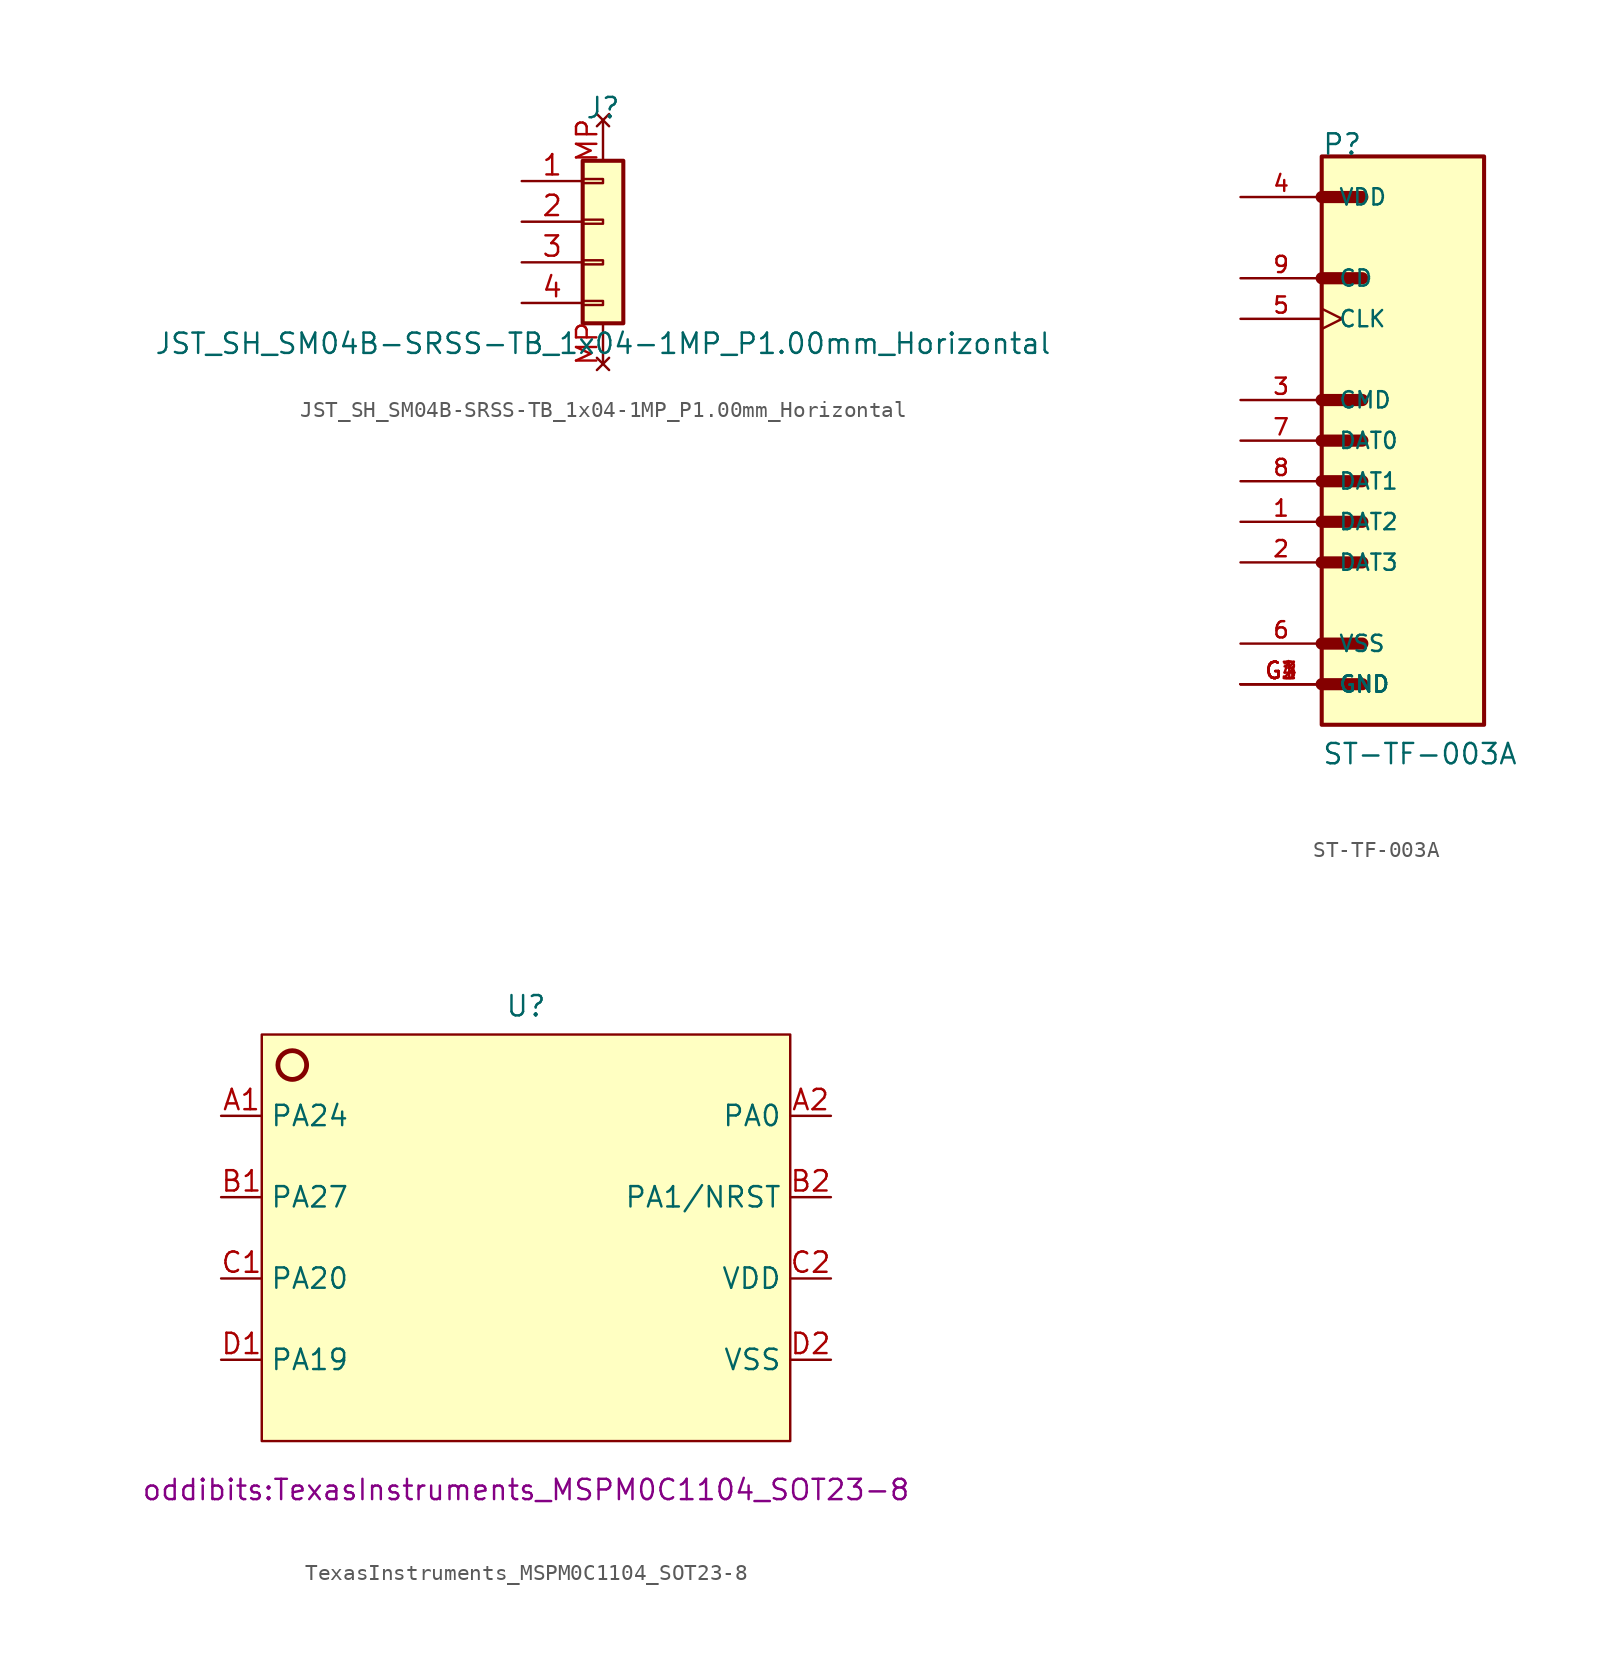
<source format=kicad_sym>
(kicad_symbol_lib
  (version 20241209)
  (generator "kicad_symbol_editor")
  (generator_version "9.0")
  (symbol "JST_SH_SM04B-SRSS-TB_1x04-1MP_P1.00mm_Horizontal"
    (pin_names
      (offset 1.016)
      (hide yes))
    (property "Reference" "J"
      (at 0 7.112 0)
      (effects (font (size 1.27 1.27))))
    (property "Value" "JST_SH_SM04B-SRSS-TB_1x04-1MP_P1.00mm_Horizontal"
      (at 0 -7.62 0)
      (effects (font (size 1.27 1.27))))
    (symbol "JST_SH_SM04B-SRSS-TB_1x04-1MP_P1.00mm_Horizontal_1_1"
      (rectangle (start -1.27 3.81) (end 1.27 -6.35) (stroke (width 0.254) (type default)) (fill (type background)))
      (rectangle (start -1.27 2.667) (end 0 2.413) (stroke (width 0.152) (type default)) (fill (type none)))
      (rectangle (start -1.27 0.127) (end 0 -0.127) (stroke (width 0.152) (type default)) (fill (type none)))
      (rectangle (start -1.27 -2.413) (end 0 -2.667) (stroke (width 0.152) (type default)) (fill (type none)))
      (rectangle (start -1.27 -4.953) (end 0 -5.207) (stroke (width 0.152) (type default)) (fill (type none)))
      (pin passive line (at -5.08 2.54 0) (length 3.81) (name "Pin_1" (effects (font (size 1.27 1.27)))) (number "1" (effects (font (size 1.27 1.27)))))
      (pin passive line (at -5.08 0 0) (length 3.81) (name "Pin_2" (effects (font (size 1.27 1.27)))) (number "2" (effects (font (size 1.27 1.27)))))
      (pin passive line (at -5.08 -2.54 0) (length 3.81) (name "Pin_3" (effects (font (size 1.27 1.27)))) (number "3" (effects (font (size 1.27 1.27)))))
      (pin passive line (at -5.08 -5.08 0) (length 3.81) (name "Pin_4" (effects (font (size 1.27 1.27)))) (number "4" (effects (font (size 1.27 1.27)))))
      (pin no_connect line (at 0 6.35 270) (length 2.54) (name "MP" (effects (font (size 1.27 1.27)))) (number "MP" (effects (font (size 1.27 1.27)))))
      (pin no_connect line (at 0 -8.89 90) (length 2.54) (name "MP" (effects (font (size 1.27 1.27)))) (number "MP" (effects (font (size 1.27 1.27)))))))
  (symbol "ST-TF-003A"
    (pin_names
      (offset 1.016))
    (property "Reference" "P"
      (at 0 17.794 0)
      (effects (font (size 1.27 1.27)) (justify left bottom)))
    (property "Value" "ST-TF-003A"
      (at 0 -20.349 0)
      (effects (font (size 1.27 1.27)) (justify left bottom)))
    (symbol "ST-TF-003A_0_0"
      (rectangle (start 0 17.78) (end 10.16 -17.78) (stroke (width 0.254) (type default)) (fill (type background)))
      (polyline (pts (xy 0 15.24) (xy 2.54 15.24)) (stroke (width 0.762) (type default)) (fill (type none)))
      (polyline (pts (xy 0 10.16) (xy 2.54 10.16)) (stroke (width 0.762) (type default)) (fill (type none)))
      (polyline (pts (xy 0 2.54) (xy 2.54 2.54)) (stroke (width 0.762) (type default)) (fill (type none)))
      (polyline (pts (xy 0 0) (xy 2.54 0)) (stroke (width 0.762) (type default)) (fill (type none)))
      (polyline (pts (xy 0 -2.54) (xy 2.54 -2.54)) (stroke (width 0.762) (type default)) (fill (type none)))
      (polyline (pts (xy 0 -5.08) (xy 2.54 -5.08)) (stroke (width 0.762) (type default)) (fill (type none)))
      (polyline (pts (xy 0 -7.62) (xy 2.54 -7.62)) (stroke (width 0.762) (type default)) (fill (type none)))
      (polyline (pts (xy 0 -12.7) (xy 2.54 -12.7)) (stroke (width 0.762) (type default)) (fill (type none)))
      (polyline (pts (xy 0 -15.24) (xy 2.54 -15.24)) (stroke (width 0.762) (type default)) (fill (type none)))
      (pin power_in line (at -5.08 15.24 0) (length 5.08) (name "VDD" (effects (font (size 1.016 1.016)))) (number "4" (effects (font (size 1.016 1.016)))))
      (pin input line (at -5.08 10.16 0) (length 5.08) (name "CD" (effects (font (size 1.016 1.016)))) (number "9" (effects (font (size 1.016 1.016)))))
      (pin input clock (at -5.08 7.62 0) (length 5.08) (name "CLK" (effects (font (size 1.016 1.016)))) (number "5" (effects (font (size 1.016 1.016)))))
      (pin bidirectional line (at -5.08 2.54 0) (length 5.08) (name "CMD" (effects (font (size 1.016 1.016)))) (number "3" (effects (font (size 1.016 1.016)))))
      (pin bidirectional line (at -5.08 0 0) (length 5.08) (name "DAT0" (effects (font (size 1.016 1.016)))) (number "7" (effects (font (size 1.016 1.016)))))
      (pin bidirectional line (at -5.08 -2.54 0) (length 5.08) (name "DAT1" (effects (font (size 1.016 1.016)))) (number "8" (effects (font (size 1.016 1.016)))))
      (pin bidirectional line (at -5.08 -5.08 0) (length 5.08) (name "DAT2" (effects (font (size 1.016 1.016)))) (number "1" (effects (font (size 1.016 1.016)))))
      (pin bidirectional line (at -5.08 -7.62 0) (length 5.08) (name "DAT3" (effects (font (size 1.016 1.016)))) (number "2" (effects (font (size 1.016 1.016)))))
      (pin passive line (at -5.08 -12.7 0) (length 5.08) (name "VSS" (effects (font (size 1.016 1.016)))) (number "6" (effects (font (size 1.016 1.016)))))
      (pin passive line (at -5.08 -15.24 0) (length 5.08) (name "GND" (effects (font (size 1.016 1.016)))) (number "G1" (effects (font (size 1.016 1.016)))))
      (pin passive line (at -5.08 -15.24 0) (length 5.08) (name "GND" (effects (font (size 1.016 1.016)))) (number "G2" (effects (font (size 1.016 1.016)))))
      (pin passive line (at -5.08 -15.24 0) (length 5.08) (name "GND" (effects (font (size 1.016 1.016)))) (number "G3" (effects (font (size 1.016 1.016)))))
      (pin passive line (at -5.08 -15.24 0) (length 5.08) (name "GND" (effects (font (size 1.016 1.016)))) (number "G4" (effects (font (size 1.016 1.016)))))))
  (symbol "TexasInstruments_MSPM0C1104_SOT23-8"
    (property "Reference" "U"
      (at 0 14.478 0)
      (effects (font (size 1.27 1.27))))
    (property "Value" ""
      (at -19.05 6.35 0)
      (effects (font (size 1.27 1.27))))
    (property "Footprint" "oddibits:TexasInstruments_MSPM0C1104_SOT23-8"
      (at 0 -15.748 0)
      (effects (font (size 1.27 1.27))))
    (symbol "TexasInstruments_MSPM0C1104_SOT23-8_1_1"
      (rectangle (start -16.51 12.7) (end 16.51 -12.7) (stroke (width 0) (type solid)) (fill (type background)))
      (circle (center -14.605 10.795) (radius 0.898) (stroke (width 0.3) (type solid)) (fill (type none)))
      (pin bidirectional line (at -19.05 7.62 0) (length 2.54) (name "PA24" (effects (font (size 1.27 1.27)))) (number "A1" (effects (font (size 1.27 1.27)))))
      (pin bidirectional line (at -19.05 2.54 0) (length 2.54) (name "PA27" (effects (font (size 1.27 1.27)))) (number "B1" (effects (font (size 1.27 1.27)))))
      (pin bidirectional line (at -19.05 -2.54 0) (length 2.54) (name "PA20" (effects (font (size 1.27 1.27)))) (number "C1" (effects (font (size 1.27 1.27)))))
      (pin bidirectional line (at -19.05 -7.62 0) (length 2.54) (name "PA19" (effects (font (size 1.27 1.27)))) (number "D1" (effects (font (size 1.27 1.27)))))
      (pin bidirectional line (at 19.05 7.62 180) (length 2.54) (name "PA0" (effects (font (size 1.27 1.27)))) (number "A2" (effects (font (size 1.27 1.27)))))
      (pin bidirectional line (at 19.05 2.54 180) (length 2.54) (name "PA1/NRST" (effects (font (size 1.27 1.27)))) (number "B2" (effects (font (size 1.27 1.27)))))
      (pin power_in line (at 19.05 -2.54 180) (length 2.54) (name "VDD" (effects (font (size 1.27 1.27)))) (number "C2" (effects (font (size 1.27 1.27)))))
      (pin power_in line (at 19.05 -7.62 180) (length 2.54) (name "VSS" (effects (font (size 1.27 1.27)))) (number "D2" (effects (font (size 1.27 1.27))))))))
</source>
